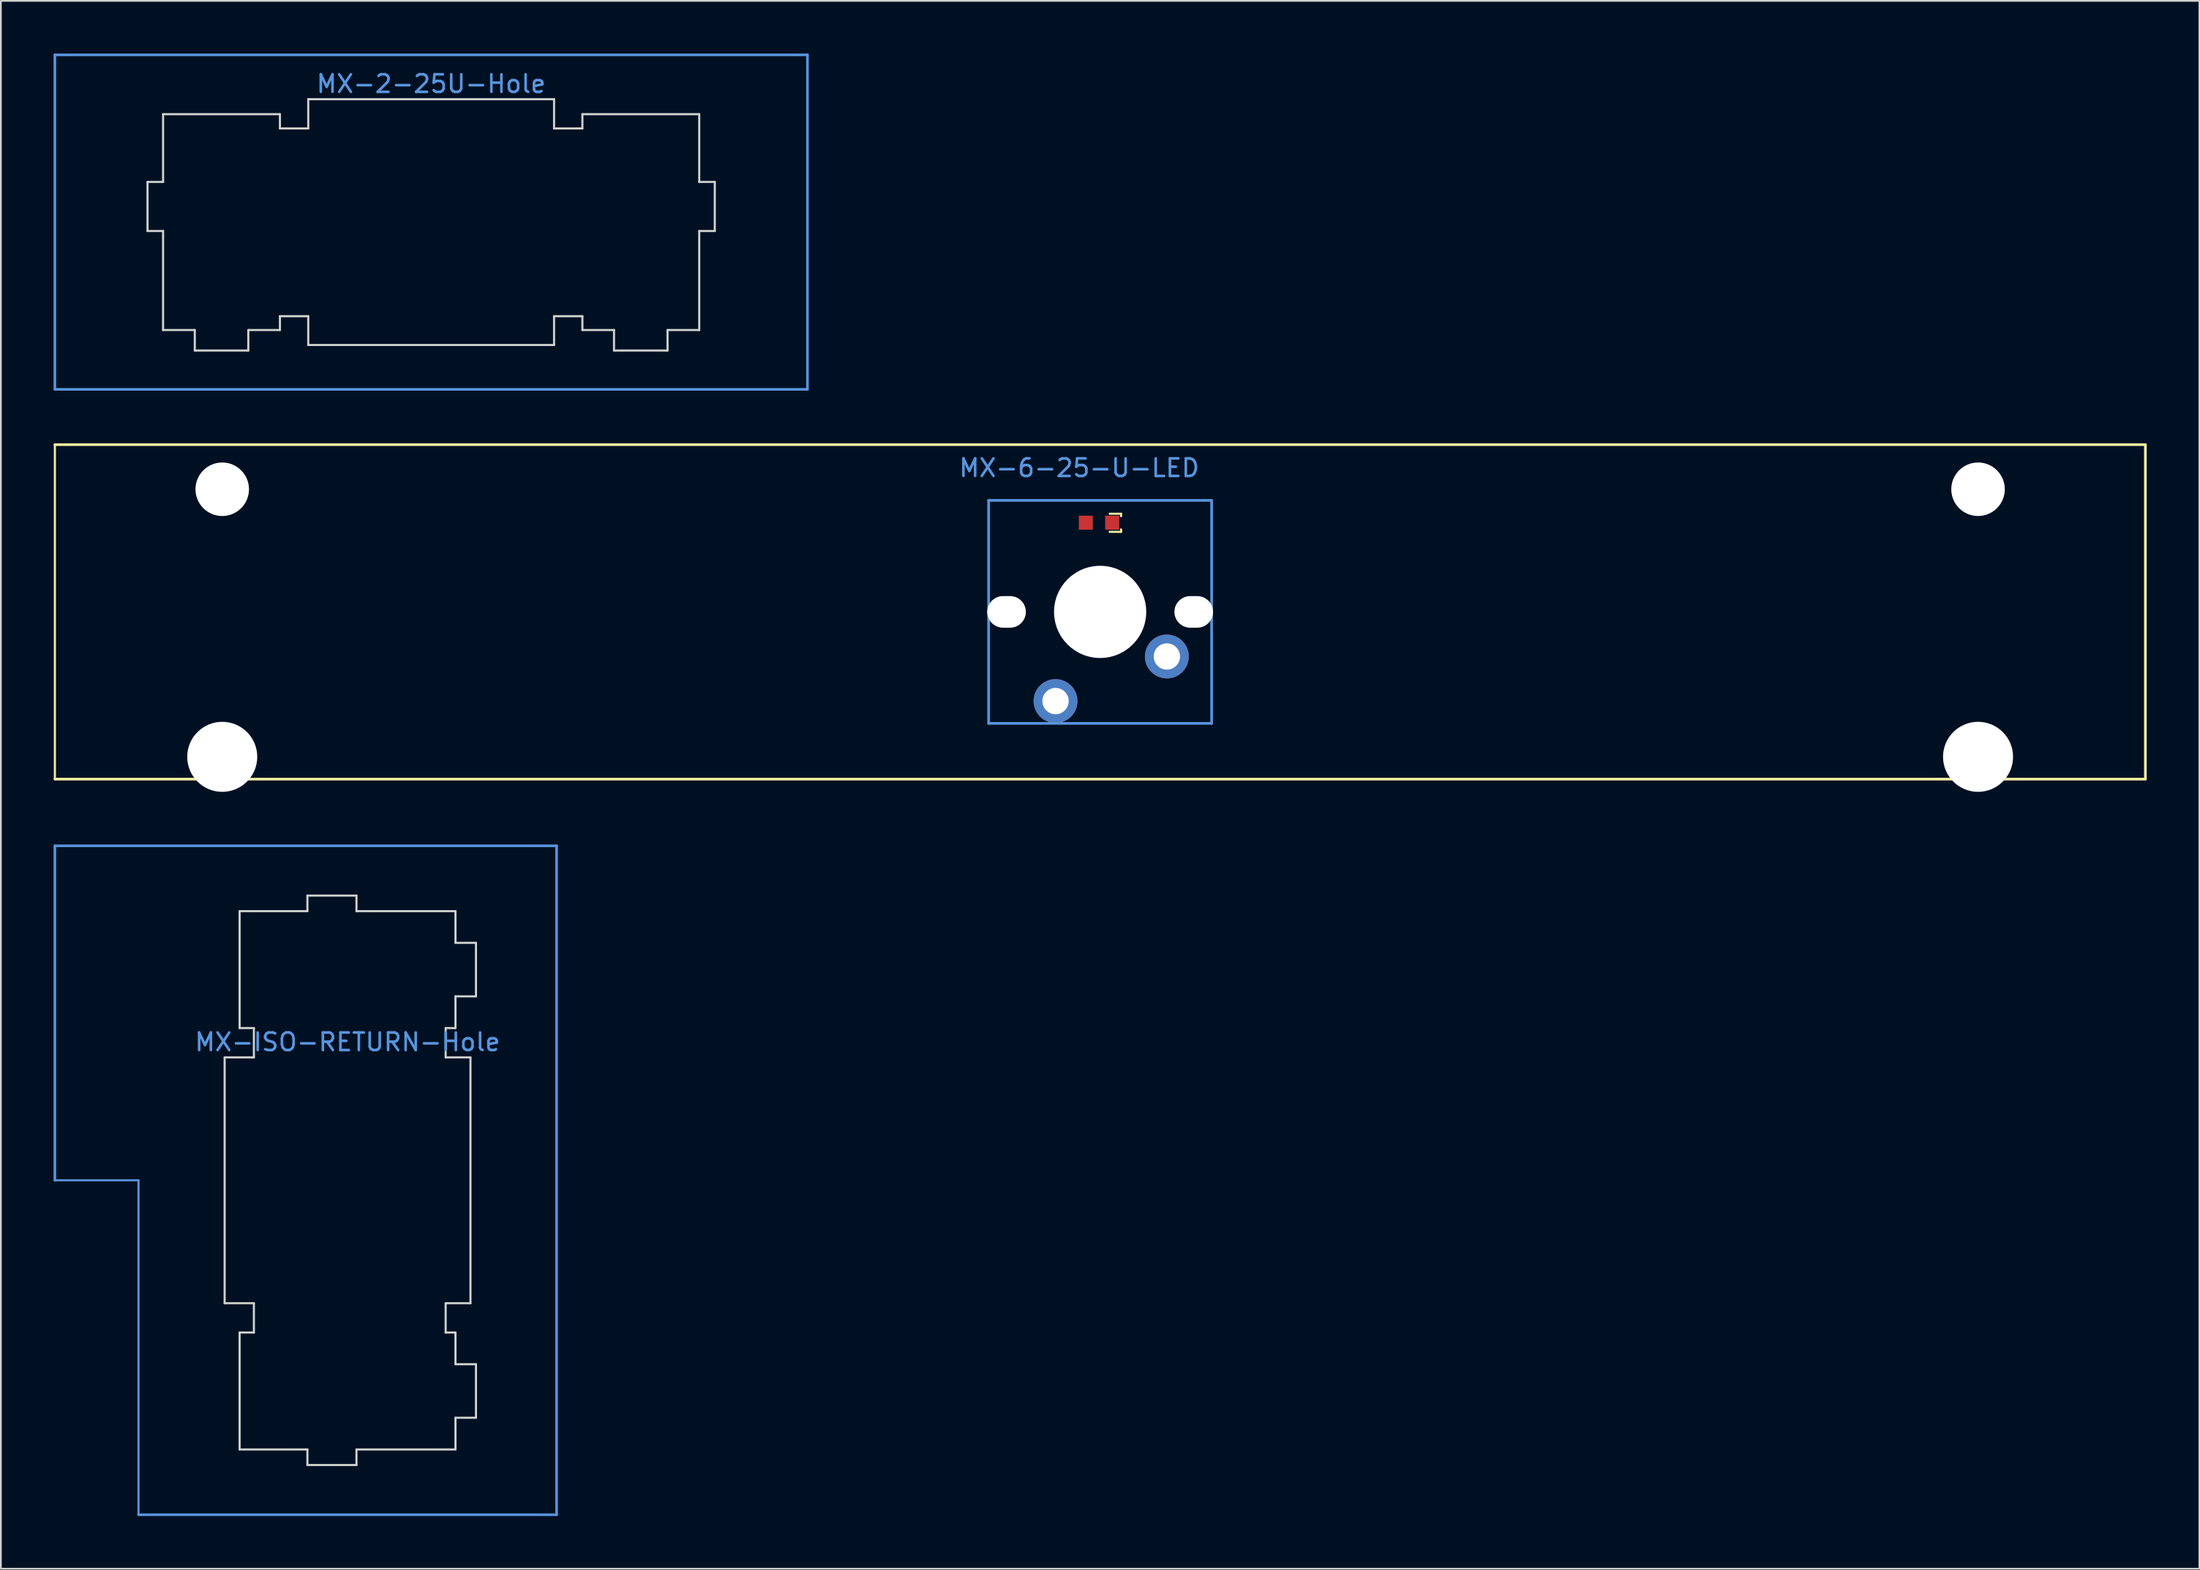
<source format=kicad_pcb>
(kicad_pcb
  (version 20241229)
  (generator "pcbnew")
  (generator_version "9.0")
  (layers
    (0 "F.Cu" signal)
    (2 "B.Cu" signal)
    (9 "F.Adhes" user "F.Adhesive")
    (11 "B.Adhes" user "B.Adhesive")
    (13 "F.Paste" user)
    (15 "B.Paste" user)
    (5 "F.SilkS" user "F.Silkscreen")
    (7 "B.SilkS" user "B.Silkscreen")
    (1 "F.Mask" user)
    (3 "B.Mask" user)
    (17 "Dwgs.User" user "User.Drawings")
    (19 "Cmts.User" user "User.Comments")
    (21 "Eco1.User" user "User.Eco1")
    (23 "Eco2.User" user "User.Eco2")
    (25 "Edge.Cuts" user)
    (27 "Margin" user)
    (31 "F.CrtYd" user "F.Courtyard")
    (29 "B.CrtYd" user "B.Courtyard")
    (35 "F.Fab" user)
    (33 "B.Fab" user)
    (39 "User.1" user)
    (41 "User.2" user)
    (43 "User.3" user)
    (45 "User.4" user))
  (footprint "MX-6-25-U-LED"
    (layer "F.Cu")
    (at 59.607 26.721)
    (property "Reference" "MX-6-25-U-LED" (at -1.191 -3.12 0) (layer "Cmts.User") (effects (font (size 1 1) (thickness 0.15))))
    (fp_line (start -59.531 -4.445) (end -59.531 14.605) (stroke (width 0.12) (type solid)) (layer "F.SilkS"))
    (fp_line (start -59.531 -4.445) (end 59.531 -4.445) (stroke (width 0.152) (type solid)) (layer "F.SilkS"))
    (fp_line (start 0.541 -0.51) (end 1.191 -0.51) (stroke (width 0.12) (type solid)) (layer "F.SilkS"))
    (fp_line (start 0.541 0.52) (end 1.191 0.52) (stroke (width 0.12) (type solid)) (layer "F.SilkS"))
    (fp_line (start 1.191 -0.51) (end 1.191 -0.37) (stroke (width 0.12) (type solid)) (layer "F.SilkS"))
    (fp_line (start 1.191 0.52) (end 1.191 0.38) (stroke (width 0.12) (type solid)) (layer "F.SilkS"))
    (fp_line (start 59.531 -4.445) (end 59.531 14.605) (stroke (width 0.152) (type solid)) (layer "F.SilkS"))
    (fp_line (start 59.531 14.605) (end -59.531 14.605) (stroke (width 0.152) (type solid)) (layer "F.SilkS"))
    (fp_line (start -6.35 -1.27) (end 6.35 -1.27) (stroke (width 0.152) (type solid)) (layer "Cmts.User"))
    (fp_line (start -6.35 11.43) (end -6.35 -1.27) (stroke (width 0.152) (type solid)) (layer "Cmts.User"))
    (fp_line (start 6.35 -1.27) (end 6.35 11.43) (stroke (width 0.152) (type solid)) (layer "Cmts.User"))
    (fp_line (start 6.35 11.43) (end -6.35 11.43) (stroke (width 0.152) (type solid)) (layer "Cmts.User"))
    (pad "" np_thru_hole circle (at -50 -1.905 180) (size 3.048 3.048) (drill 3.048) (layers "*.Cu" "*.Mask"))
    (pad "" np_thru_hole circle (at -50 13.335 180) (size 3.988 3.988) (drill 3.988) (layers "*.Cu" "*.Mask"))
    (pad "" np_thru_hole oval (at -5.33 5.08 270) (size 1.8 2.2) (drill oval 1.8 2.2) (layers "*.Cu" "*.Mask"))
    (pad "" np_thru_hole circle (at 0 5.08 180) (size 5.25 5.25) (drill 5.25) (layers "*.Cu" "*.Mask"))
    (pad "" np_thru_hole oval (at 5.33 5.08 270) (size 1.8 2.2) (drill oval 1.8 2.2) (layers "*.Cu" "*.Mask"))
    (pad "" np_thru_hole circle (at 50 -1.905 180) (size 3.048 3.048) (drill 3.048) (layers "*.Cu" "*.Mask"))
    (pad "" np_thru_hole circle (at 50 13.335 180) (size 3.988 3.988) (drill 3.988) (layers "*.Cu" "*.Mask"))
    (pad "1" thru_hole circle (at -2.54 10.16) (size 2.5 2.5) (drill 1.499) (layers "*.Cu" "*.Mask"))
    (pad "2" thru_hole circle (at 3.8 7.62 225) (size 2.5 2.5) (drill 1.499) (layers "*.Cu" "*.Mask"))
    (pad "3" smd rect (at 0.686 0 90) (size 0.8 0.8) (layers "F.Cu" "F.Mask" "F.Paste"))
    (pad "4" smd rect (at -0.814 0 90) (size 0.8 0.8) (layers "F.Cu" "F.Mask" "F.Paste")))
  (footprint "MX-2-25U-Hole"
    (layer "F.Cu")
    (at 21.506 9.6)
    (property "Reference" "MX-2-25U-Hole" (at 0 -7.874 0) (layer "Cmts.User") (effects (font (size 1 1) (thickness 0.15))))
    (attr through_hole)
    (fp_line (start -21.431 -9.525) (end -21.431 9.525) (stroke (width 0.15) (type solid)) (layer "Cmts.User"))
    (fp_line (start -21.431 -9.525) (end 21.431 -9.525) (stroke (width 0.15) (type solid)) (layer "Cmts.User"))
    (fp_line (start 21.431 -9.525) (end 21.431 9.525) (stroke (width 0.15) (type solid)) (layer "Cmts.User"))
    (fp_line (start 21.431 9.525) (end -21.431 9.525) (stroke (width 0.15) (type solid)) (layer "Cmts.User"))
    (fp_line (start -16.154 -2.286) (end -16.154 0.508) (stroke (width 0.12) (type solid)) (layer "Edge.Cuts"))
    (fp_line (start -15.268 -6.147) (end -15.268 -2.286) (stroke (width 0.12) (type solid)) (layer "Edge.Cuts"))
    (fp_line (start -15.268 -2.286) (end -16.154 -2.286) (stroke (width 0.12) (type solid)) (layer "Edge.Cuts"))
    (fp_line (start -15.268 0.508) (end -16.154 0.508) (stroke (width 0.12) (type solid)) (layer "Edge.Cuts"))
    (fp_line (start -15.268 0.508) (end -15.268 6.147) (stroke (width 0.12) (type solid)) (layer "Edge.Cuts"))
    (fp_line (start -13.462 6.147) (end -15.268 6.147) (stroke (width 0.12) (type solid)) (layer "Edge.Cuts"))
    (fp_line (start -13.462 6.147) (end -13.462 7.315) (stroke (width 0.12) (type solid)) (layer "Edge.Cuts"))
    (fp_line (start -10.414 6.147) (end -10.414 7.315) (stroke (width 0.12) (type solid)) (layer "Edge.Cuts"))
    (fp_line (start -10.414 7.315) (end -13.462 7.315) (stroke (width 0.12) (type solid)) (layer "Edge.Cuts"))
    (fp_line (start -8.613 -6.147) (end -15.268 -6.147) (stroke (width 0.12) (type solid)) (layer "Edge.Cuts"))
    (fp_line (start -8.613 -6.147) (end -8.613 -5.334) (stroke (width 0.12) (type default)) (layer "Edge.Cuts"))
    (fp_line (start -8.613 -5.334) (end -7 -5.334) (stroke (width 0.12) (type default)) (layer "Edge.Cuts"))
    (fp_line (start -8.613 5.359) (end -7 5.359) (stroke (width 0.12) (type default)) (layer "Edge.Cuts"))
    (fp_line (start -8.613 6.147) (end -10.414 6.147) (stroke (width 0.12) (type solid)) (layer "Edge.Cuts"))
    (fp_line (start -8.613 6.147) (end -8.613 5.359) (stroke (width 0.12) (type default)) (layer "Edge.Cuts"))
    (fp_line (start -7 -7) (end -7 -5.334) (stroke (width 0.12) (type solid)) (layer "Edge.Cuts"))
    (fp_line (start -7 -7) (end 7 -7) (stroke (width 0.12) (type solid)) (layer "Edge.Cuts"))
    (fp_line (start -7 7) (end -7 5.359) (stroke (width 0.12) (type solid)) (layer "Edge.Cuts"))
    (fp_line (start -7 7) (end 7 7) (stroke (width 0.12) (type solid)) (layer "Edge.Cuts"))
    (fp_line (start 7 -7) (end 7 -5.334) (stroke (width 0.12) (type solid)) (layer "Edge.Cuts"))
    (fp_line (start 7 7) (end 7 5.359) (stroke (width 0.12) (type solid)) (layer "Edge.Cuts"))
    (fp_line (start 8.613 -6.147) (end 8.613 -5.334) (stroke (width 0.12) (type default)) (layer "Edge.Cuts"))
    (fp_line (start 8.613 -6.147) (end 15.268 -6.147) (stroke (width 0.12) (type solid)) (layer "Edge.Cuts"))
    (fp_line (start 8.613 -5.334) (end 7 -5.334) (stroke (width 0.12) (type default)) (layer "Edge.Cuts"))
    (fp_line (start 8.613 5.359) (end 7 5.359) (stroke (width 0.12) (type default)) (layer "Edge.Cuts"))
    (fp_line (start 8.613 6.147) (end 8.613 5.359) (stroke (width 0.12) (type default)) (layer "Edge.Cuts"))
    (fp_line (start 8.613 6.147) (end 10.414 6.147) (stroke (width 0.12) (type solid)) (layer "Edge.Cuts"))
    (fp_line (start 10.414 6.147) (end 10.414 7.315) (stroke (width 0.12) (type solid)) (layer "Edge.Cuts"))
    (fp_line (start 10.414 7.315) (end 13.462 7.315) (stroke (width 0.12) (type solid)) (layer "Edge.Cuts"))
    (fp_line (start 13.462 6.147) (end 13.462 7.315) (stroke (width 0.12) (type solid)) (layer "Edge.Cuts"))
    (fp_line (start 13.462 6.147) (end 15.268 6.147) (stroke (width 0.12) (type solid)) (layer "Edge.Cuts"))
    (fp_line (start 15.268 -6.147) (end 15.268 -2.286) (stroke (width 0.12) (type solid)) (layer "Edge.Cuts"))
    (fp_line (start 15.268 -2.286) (end 16.154 -2.286) (stroke (width 0.12) (type solid)) (layer "Edge.Cuts"))
    (fp_line (start 15.268 0.508) (end 15.268 6.147) (stroke (width 0.12) (type solid)) (layer "Edge.Cuts"))
    (fp_line (start 15.268 0.508) (end 16.154 0.508) (stroke (width 0.12) (type solid)) (layer "Edge.Cuts"))
    (fp_line (start 16.154 -2.286) (end 16.154 0.508) (stroke (width 0.12) (type solid)) (layer "Edge.Cuts")))
  (footprint "MX-ISO-RETURN-Hole"
    (layer "F.Cu")
    (at 16.744 64.175)
    (property "Reference" "MX-ISO-RETURN-Hole" (at 0 -7.874 0) (layer "Cmts.User") (effects (font (size 1 1) (thickness 0.15))))
    (attr through_hole)
    (fp_line (start -16.669 -19.05) (end 11.906 -19.05) (stroke (width 0.15) (type solid)) (layer "Cmts.User"))
    (fp_line (start -16.669 0) (end -16.669 -19.05) (stroke (width 0.15) (type solid)) (layer "Cmts.User"))
    (fp_line (start -11.906 0) (end -16.669 0) (stroke (width 0.12) (type solid)) (layer "Cmts.User"))
    (fp_line (start -11.906 19.05) (end -11.906 0) (stroke (width 0.12) (type solid)) (layer "Cmts.User"))
    (fp_line (start 11.906 -19.05) (end 11.906 19.05) (stroke (width 0.15) (type solid)) (layer "Cmts.User"))
    (fp_line (start 11.906 19.05) (end -11.906 19.05) (stroke (width 0.15) (type solid)) (layer "Cmts.User"))
    (fp_line (start -7 -7) (end -5.334 -7) (stroke (width 0.12) (type solid)) (layer "Edge.Cuts"))
    (fp_line (start -7 7) (end -7 -7) (stroke (width 0.12) (type solid)) (layer "Edge.Cuts"))
    (fp_line (start -7 7) (end -5.334 7) (stroke (width 0.12) (type solid)) (layer "Edge.Cuts"))
    (fp_line (start -6.147 -15.33) (end -2.286 -15.33) (stroke (width 0.12) (type solid)) (layer "Edge.Cuts"))
    (fp_line (start -6.147 -8.67) (end -6.147 -15.33) (stroke (width 0.12) (type solid)) (layer "Edge.Cuts"))
    (fp_line (start -6.147 -8.67) (end -5.334 -8.67) (stroke (width 0.12) (type solid)) (layer "Edge.Cuts"))
    (fp_line (start -6.147 8.67) (end -6.147 15.33) (stroke (width 0.12) (type solid)) (layer "Edge.Cuts"))
    (fp_line (start -6.147 8.67) (end -5.334 8.67) (stroke (width 0.12) (type solid)) (layer "Edge.Cuts"))
    (fp_line (start -6.147 15.33) (end -2.286 15.33) (stroke (width 0.12) (type solid)) (layer "Edge.Cuts"))
    (fp_line (start -5.334 -8.67) (end -5.334 -7) (stroke (width 0.12) (type solid)) (layer "Edge.Cuts"))
    (fp_line (start -5.334 8.67) (end -5.334 7) (stroke (width 0.12) (type solid)) (layer "Edge.Cuts"))
    (fp_line (start -2.286 -16.216) (end 0.508 -16.216) (stroke (width 0.12) (type solid)) (layer "Edge.Cuts"))
    (fp_line (start -2.286 -15.33) (end -2.286 -16.216) (stroke (width 0.12) (type solid)) (layer "Edge.Cuts"))
    (fp_line (start -2.286 15.33) (end -2.286 16.216) (stroke (width 0.12) (type solid)) (layer "Edge.Cuts"))
    (fp_line (start -2.286 16.216) (end 0.508 16.216) (stroke (width 0.12) (type solid)) (layer "Edge.Cuts"))
    (fp_line (start 0.508 -15.33) (end 0.508 -16.216) (stroke (width 0.12) (type solid)) (layer "Edge.Cuts"))
    (fp_line (start 0.508 -15.33) (end 6.147 -15.33) (stroke (width 0.12) (type solid)) (layer "Edge.Cuts"))
    (fp_line (start 0.508 15.33) (end 0.508 16.216) (stroke (width 0.12) (type solid)) (layer "Edge.Cuts"))
    (fp_line (start 0.508 15.33) (end 6.147 15.33) (stroke (width 0.12) (type solid)) (layer "Edge.Cuts"))
    (fp_line (start 5.588 -8.67) (end 5.588 -7) (stroke (width 0.12) (type solid)) (layer "Edge.Cuts"))
    (fp_line (start 5.588 8.67) (end 5.588 7) (stroke (width 0.12) (type solid)) (layer "Edge.Cuts"))
    (fp_line (start 6.147 -13.524) (end 6.147 -15.33) (stroke (width 0.12) (type solid)) (layer "Edge.Cuts"))
    (fp_line (start 6.147 -13.524) (end 7.315 -13.524) (stroke (width 0.12) (type solid)) (layer "Edge.Cuts"))
    (fp_line (start 6.147 -10.476) (end 7.315 -10.476) (stroke (width 0.12) (type solid)) (layer "Edge.Cuts"))
    (fp_line (start 6.147 -8.67) (end 5.588 -8.67) (stroke (width 0.12) (type solid)) (layer "Edge.Cuts"))
    (fp_line (start 6.147 -8.67) (end 6.147 -10.476) (stroke (width 0.12) (type solid)) (layer "Edge.Cuts"))
    (fp_line (start 6.147 8.67) (end 5.588 8.67) (stroke (width 0.12) (type solid)) (layer "Edge.Cuts"))
    (fp_line (start 6.147 8.67) (end 6.147 10.476) (stroke (width 0.12) (type solid)) (layer "Edge.Cuts"))
    (fp_line (start 6.147 10.476) (end 7.315 10.476) (stroke (width 0.12) (type solid)) (layer "Edge.Cuts"))
    (fp_line (start 6.147 13.524) (end 6.147 15.33) (stroke (width 0.12) (type solid)) (layer "Edge.Cuts"))
    (fp_line (start 6.147 13.524) (end 7.315 13.524) (stroke (width 0.12) (type solid)) (layer "Edge.Cuts"))
    (fp_line (start 7 -7) (end 5.588 -7) (stroke (width 0.12) (type solid)) (layer "Edge.Cuts"))
    (fp_line (start 7 7) (end 5.588 7) (stroke (width 0.12) (type solid)) (layer "Edge.Cuts"))
    (fp_line (start 7 7) (end 7 -7) (stroke (width 0.12) (type solid)) (layer "Edge.Cuts"))
    (fp_line (start 7.315 -10.476) (end 7.315 -13.524) (stroke (width 0.12) (type solid)) (layer "Edge.Cuts"))
    (fp_line (start 7.315 10.476) (end 7.315 13.524) (stroke (width 0.12) (type solid)) (layer "Edge.Cuts")))
  (gr_rect
    (start -3 -3)
    (end 122.215 86.3)
    (stroke (width 0.1) (type default))
    (fill no)
    (layer "Edge.Cuts")))
</source>
